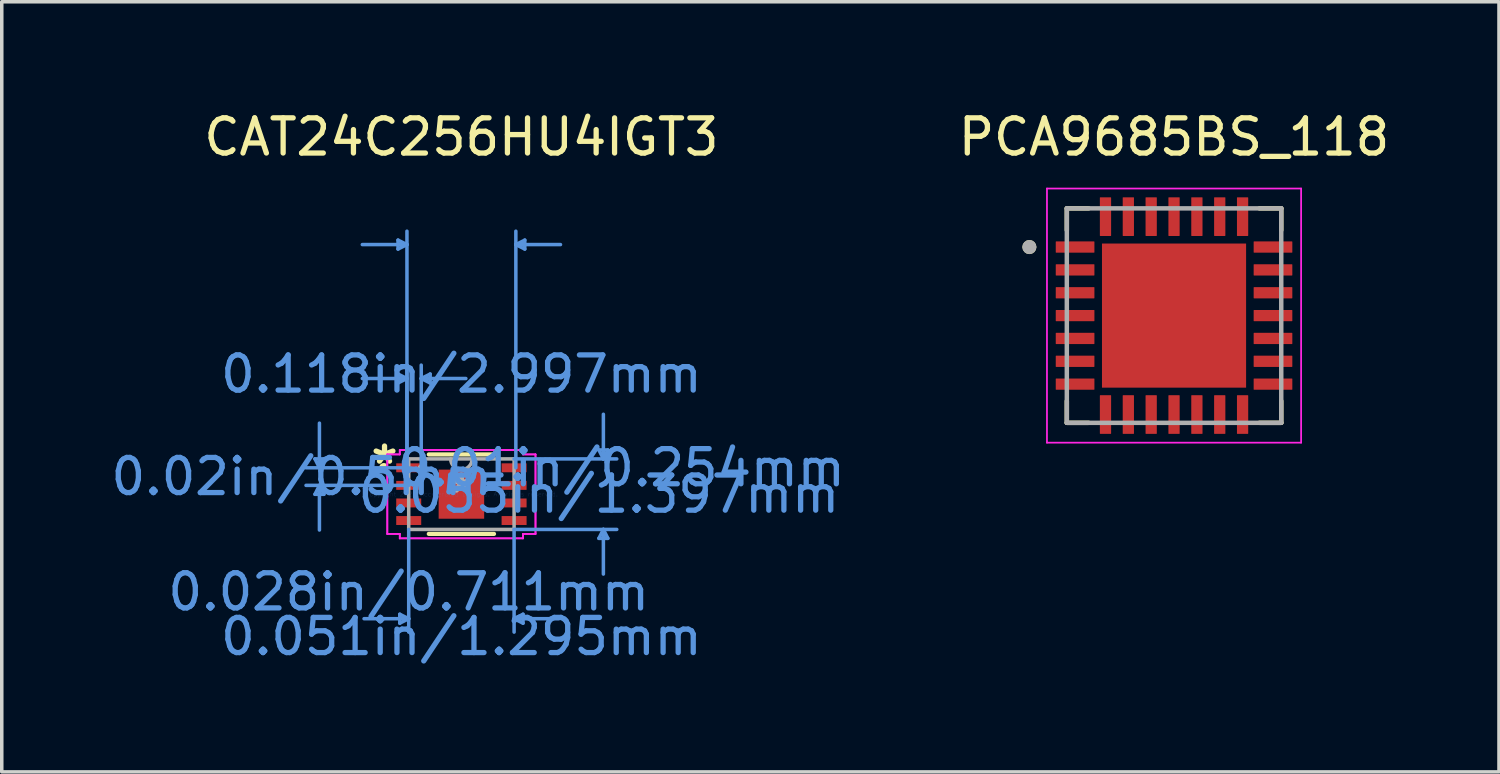
<source format=kicad_pcb>
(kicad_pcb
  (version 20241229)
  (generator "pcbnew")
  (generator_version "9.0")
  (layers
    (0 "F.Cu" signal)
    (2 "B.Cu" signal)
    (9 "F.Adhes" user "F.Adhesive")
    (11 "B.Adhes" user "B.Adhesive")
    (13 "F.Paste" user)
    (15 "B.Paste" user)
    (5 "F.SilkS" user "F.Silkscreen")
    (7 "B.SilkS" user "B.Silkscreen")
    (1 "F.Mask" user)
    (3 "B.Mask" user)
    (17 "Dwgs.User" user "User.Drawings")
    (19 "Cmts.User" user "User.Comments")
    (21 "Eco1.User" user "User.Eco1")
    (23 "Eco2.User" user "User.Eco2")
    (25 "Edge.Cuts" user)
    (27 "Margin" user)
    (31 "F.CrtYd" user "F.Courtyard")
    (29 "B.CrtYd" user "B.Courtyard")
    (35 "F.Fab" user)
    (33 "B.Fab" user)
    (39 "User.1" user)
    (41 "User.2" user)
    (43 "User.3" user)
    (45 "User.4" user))
  (footprint "PCA9685BS_118"
    (layer "F.Cu")
    (at 30.349 5.928)
    (property "Reference" "PCA9685BS_118" (at 0 -5.08 0) (layer "F.SilkS") (effects (font (size 1 1) (thickness 0.15))))
    (attr through_hole)
    (fp_line (start -3.05 -3.05) (end -3.05 -2.43) (stroke (width 0.127) (type solid)) (layer "F.SilkS"))
    (fp_line (start -3.05 -3.05) (end -2.43 -3.05) (stroke (width 0.127) (type solid)) (layer "F.SilkS"))
    (fp_line (start -3.05 3.05) (end -3.05 2.43) (stroke (width 0.127) (type solid)) (layer "F.SilkS"))
    (fp_line (start -3.05 3.05) (end -2.43 3.05) (stroke (width 0.127) (type solid)) (layer "F.SilkS"))
    (fp_line (start 3.05 -3.05) (end 2.43 -3.05) (stroke (width 0.127) (type solid)) (layer "F.SilkS"))
    (fp_line (start 3.05 -3.05) (end 3.05 -2.43) (stroke (width 0.127) (type solid)) (layer "F.SilkS"))
    (fp_line (start 3.05 3.05) (end 2.43 3.05) (stroke (width 0.127) (type solid)) (layer "F.SilkS"))
    (fp_line (start 3.05 3.05) (end 3.05 2.43) (stroke (width 0.127) (type solid)) (layer "F.SilkS"))
    (fp_circle (center -4.115 -1.95) (end -4.015 -1.95) (stroke (width 0.2) (type solid)) (fill no) (layer "F.SilkS"))
    (fp_poly (pts (xy -1.675 -1.675) (xy -0.375 -1.675) (xy -0.375 -0.375) (xy -1.675 -0.375)) (stroke (width 0.01) (type solid)) (fill yes) (layer "F.Paste"))
    (fp_poly (pts (xy -1.675 0.375) (xy -0.375 0.375) (xy -0.375 1.675) (xy -1.675 1.675)) (stroke (width 0.01) (type solid)) (fill yes) (layer "F.Paste"))
    (fp_poly (pts (xy 0.375 -1.675) (xy 1.675 -1.675) (xy 1.675 -0.375) (xy 0.375 -0.375)) (stroke (width 0.01) (type solid)) (fill yes) (layer "F.Paste"))
    (fp_poly (pts (xy 0.375 0.375) (xy 1.675 0.375) (xy 1.675 1.675) (xy 0.375 1.675)) (stroke (width 0.01) (type solid)) (fill yes) (layer "F.Paste"))
    (fp_line (start -3.615 -3.615) (end 3.615 -3.615) (stroke (width 0.05) (type solid)) (layer "F.CrtYd"))
    (fp_line (start -3.615 3.615) (end -3.615 -3.615) (stroke (width 0.05) (type solid)) (layer "F.CrtYd"))
    (fp_line (start -3.615 3.615) (end 3.615 3.615) (stroke (width 0.05) (type solid)) (layer "F.CrtYd"))
    (fp_line (start 3.615 3.615) (end 3.615 -3.615) (stroke (width 0.05) (type solid)) (layer "F.CrtYd"))
    (fp_line (start -3.05 3.05) (end -3.05 -3.05) (stroke (width 0.127) (type solid)) (layer "F.Fab"))
    (fp_line (start 3.05 -3.05) (end -3.05 -3.05) (stroke (width 0.127) (type solid)) (layer "F.Fab"))
    (fp_line (start 3.05 3.05) (end -3.05 3.05) (stroke (width 0.127) (type solid)) (layer "F.Fab"))
    (fp_line (start 3.05 3.05) (end 3.05 -3.05) (stroke (width 0.127) (type solid)) (layer "F.Fab"))
    (fp_circle (center -4.115 -1.95) (end -4.015 -1.95) (stroke (width 0.2) (type solid)) (fill no) (layer "F.Fab"))
    (pad "1" smd roundrect (at -2.815 -1.95) (size 1.1 0.32) (layers "F.Cu" "F.Mask" "F.Paste") (roundrect_rratio 0.04))
    (pad "2" smd roundrect (at -2.815 -1.3) (size 1.1 0.32) (layers "F.Cu" "F.Mask" "F.Paste") (roundrect_rratio 0.04))
    (pad "3" smd roundrect (at -2.815 -0.65) (size 1.1 0.32) (layers "F.Cu" "F.Mask" "F.Paste") (roundrect_rratio 0.04))
    (pad "4" smd roundrect (at -2.815 0) (size 1.1 0.32) (layers "F.Cu" "F.Mask" "F.Paste") (roundrect_rratio 0.04))
    (pad "5" smd roundrect (at -2.815 0.65) (size 1.1 0.32) (layers "F.Cu" "F.Mask" "F.Paste") (roundrect_rratio 0.04))
    (pad "6" smd roundrect (at -2.815 1.3) (size 1.1 0.32) (layers "F.Cu" "F.Mask" "F.Paste") (roundrect_rratio 0.04))
    (pad "7" smd roundrect (at -2.815 1.95) (size 1.1 0.32) (layers "F.Cu" "F.Mask" "F.Paste") (roundrect_rratio 0.04))
    (pad "8" smd roundrect (at -1.95 2.815 90) (size 1.1 0.32) (layers "F.Cu" "F.Mask" "F.Paste") (roundrect_rratio 0.04))
    (pad "9" smd roundrect (at -1.3 2.815 90) (size 1.1 0.32) (layers "F.Cu" "F.Mask" "F.Paste") (roundrect_rratio 0.04))
    (pad "10" smd roundrect (at -0.65 2.815 90) (size 1.1 0.32) (layers "F.Cu" "F.Mask" "F.Paste") (roundrect_rratio 0.04))
    (pad "11" smd roundrect (at 0 2.815 90) (size 1.1 0.32) (layers "F.Cu" "F.Mask" "F.Paste") (roundrect_rratio 0.04))
    (pad "12" smd roundrect (at 0.65 2.815 90) (size 1.1 0.32) (layers "F.Cu" "F.Mask" "F.Paste") (roundrect_rratio 0.04))
    (pad "13" smd roundrect (at 1.3 2.815 90) (size 1.1 0.32) (layers "F.Cu" "F.Mask" "F.Paste") (roundrect_rratio 0.04))
    (pad "14" smd roundrect (at 1.95 2.815 90) (size 1.1 0.32) (layers "F.Cu" "F.Mask" "F.Paste") (roundrect_rratio 0.04))
    (pad "15" smd roundrect (at 2.815 1.95) (size 1.1 0.32) (layers "F.Cu" "F.Mask" "F.Paste") (roundrect_rratio 0.04))
    (pad "16" smd roundrect (at 2.815 1.3) (size 1.1 0.32) (layers "F.Cu" "F.Mask" "F.Paste") (roundrect_rratio 0.04))
    (pad "17" smd roundrect (at 2.815 0.65) (size 1.1 0.32) (layers "F.Cu" "F.Mask" "F.Paste") (roundrect_rratio 0.04))
    (pad "18" smd roundrect (at 2.815 0) (size 1.1 0.32) (layers "F.Cu" "F.Mask" "F.Paste") (roundrect_rratio 0.04))
    (pad "19" smd roundrect (at 2.815 -0.65) (size 1.1 0.32) (layers "F.Cu" "F.Mask" "F.Paste") (roundrect_rratio 0.04))
    (pad "20" smd roundrect (at 2.815 -1.3) (size 1.1 0.32) (layers "F.Cu" "F.Mask" "F.Paste") (roundrect_rratio 0.04))
    (pad "21" smd roundrect (at 2.815 -1.95) (size 1.1 0.32) (layers "F.Cu" "F.Mask" "F.Paste") (roundrect_rratio 0.04))
    (pad "22" smd roundrect (at 1.95 -2.815 90) (size 1.1 0.32) (layers "F.Cu" "F.Mask" "F.Paste") (roundrect_rratio 0.04))
    (pad "23" smd roundrect (at 1.3 -2.815 90) (size 1.1 0.32) (layers "F.Cu" "F.Mask" "F.Paste") (roundrect_rratio 0.04))
    (pad "24" smd roundrect (at 0.65 -2.815 90) (size 1.1 0.32) (layers "F.Cu" "F.Mask" "F.Paste") (roundrect_rratio 0.04))
    (pad "25" smd roundrect (at 0 -2.815 90) (size 1.1 0.32) (layers "F.Cu" "F.Mask" "F.Paste") (roundrect_rratio 0.04))
    (pad "26" smd roundrect (at -0.65 -2.815 90) (size 1.1 0.32) (layers "F.Cu" "F.Mask" "F.Paste") (roundrect_rratio 0.04))
    (pad "27" smd roundrect (at -1.3 -2.815 90) (size 1.1 0.32) (layers "F.Cu" "F.Mask" "F.Paste") (roundrect_rratio 0.04))
    (pad "28" smd roundrect (at -1.95 -2.815 90) (size 1.1 0.32) (layers "F.Cu" "F.Mask" "F.Paste") (roundrect_rratio 0.04))
    (pad "29" smd rect (at 0 0) (size 4.1 4.1) (layers "F.Cu" "F.Mask")))
  (footprint "CAT24C256HU4IGT3"
    (layer "F.Cu")
    (at 10.076 11.008)
    (property "Reference" "CAT24C256HU4IGT3" (at 0 -10.16 0) (layer "F.SilkS") (effects (font (size 1 1) (thickness 0.15))))
    (attr through_hole)
    (fp_line (start -0.927 1.13) (end 0.927 1.13) (stroke (width 0.12) (type solid)) (layer "F.SilkS"))
    (fp_line (start 0.927 -1.13) (end -0.927 -1.13) (stroke (width 0.12) (type solid)) (layer "F.SilkS"))
    (fp_arc (start -2.18694 -0.676171) (mid -2.282 -0.75) (end -2.18694 -0.823829) (stroke (width 0.12) (type solid)) (layer "F.SilkS"))
    (fp_line (start -4.166 -1.004) (end -3.912 -1.004) (stroke (width 0.1) (type solid)) (layer "Cmts.User"))
    (fp_line (start -4.166 0.004) (end -3.912 0.004) (stroke (width 0.1) (type solid)) (layer "Cmts.User"))
    (fp_line (start -4.039 -0.75) (end -4.166 -1.004) (stroke (width 0.1) (type solid)) (layer "Cmts.User"))
    (fp_line (start -4.039 -0.75) (end -4.039 -2.02) (stroke (width 0.1) (type solid)) (layer "Cmts.User"))
    (fp_line (start -4.039 -0.75) (end -3.912 -1.004) (stroke (width 0.1) (type solid)) (layer "Cmts.User"))
    (fp_line (start -4.039 -0.25) (end -4.166 0.004) (stroke (width 0.1) (type solid)) (layer "Cmts.User"))
    (fp_line (start -4.039 -0.25) (end -4.039 1.02) (stroke (width 0.1) (type solid)) (layer "Cmts.User"))
    (fp_line (start -4.039 -0.25) (end -3.912 0.004) (stroke (width 0.1) (type solid)) (layer "Cmts.User"))
    (fp_line (start -1.803 -7.227) (end -1.803 -6.973) (stroke (width 0.1) (type solid)) (layer "Cmts.User"))
    (fp_line (start -1.803 -3.417) (end -1.803 -3.163) (stroke (width 0.1) (type solid)) (layer "Cmts.User"))
    (fp_line (start -1.753 3.416) (end -1.753 3.67) (stroke (width 0.1) (type solid)) (layer "Cmts.User"))
    (fp_line (start -1.549 -7.1) (end -2.819 -7.1) (stroke (width 0.1) (type solid)) (layer "Cmts.User"))
    (fp_line (start -1.549 -7.1) (end -1.803 -7.227) (stroke (width 0.1) (type solid)) (layer "Cmts.User"))
    (fp_line (start -1.549 -7.1) (end -1.803 -6.973) (stroke (width 0.1) (type solid)) (layer "Cmts.User"))
    (fp_line (start -1.549 -3.29) (end -2.819 -3.29) (stroke (width 0.1) (type solid)) (layer "Cmts.User"))
    (fp_line (start -1.549 -3.29) (end -1.803 -3.417) (stroke (width 0.1) (type solid)) (layer "Cmts.User"))
    (fp_line (start -1.549 -3.29) (end -1.803 -3.163) (stroke (width 0.1) (type solid)) (layer "Cmts.User"))
    (fp_line (start -1.549 -0.75) (end -1.549 -7.481) (stroke (width 0.1) (type solid)) (layer "Cmts.User"))
    (fp_line (start -1.549 -0.75) (end -1.549 -3.671) (stroke (width 0.1) (type solid)) (layer "Cmts.User"))
    (fp_line (start -1.499 -0.75) (end -4.42 -0.75) (stroke (width 0.1) (type solid)) (layer "Cmts.User"))
    (fp_line (start -1.499 -0.25) (end -4.42 -0.25) (stroke (width 0.1) (type solid)) (layer "Cmts.User"))
    (fp_line (start -1.499 1.003) (end -1.499 3.924) (stroke (width 0.1) (type solid)) (layer "Cmts.User"))
    (fp_line (start -1.499 3.543) (end -2.769 3.543) (stroke (width 0.1) (type solid)) (layer "Cmts.User"))
    (fp_line (start -1.499 3.543) (end -1.753 3.416) (stroke (width 0.1) (type solid)) (layer "Cmts.User"))
    (fp_line (start -1.499 3.543) (end -1.753 3.67) (stroke (width 0.1) (type solid)) (layer "Cmts.User"))
    (fp_line (start -1.143 -3.29) (end -0.889 -3.417) (stroke (width 0.1) (type solid)) (layer "Cmts.User"))
    (fp_line (start -1.143 -3.29) (end -0.889 -3.163) (stroke (width 0.1) (type solid)) (layer "Cmts.User"))
    (fp_line (start -1.143 -3.29) (end 0.127 -3.29) (stroke (width 0.1) (type solid)) (layer "Cmts.User"))
    (fp_line (start -1.143 -0.75) (end -1.143 -3.671) (stroke (width 0.1) (type solid)) (layer "Cmts.User"))
    (fp_line (start -0.889 -3.417) (end -0.889 -3.163) (stroke (width 0.1) (type solid)) (layer "Cmts.User"))
    (fp_line (start 1.499 -1.003) (end 4.42 -1.003) (stroke (width 0.1) (type solid)) (layer "Cmts.User"))
    (fp_line (start 1.499 1.003) (end 1.499 3.924) (stroke (width 0.1) (type solid)) (layer "Cmts.User"))
    (fp_line (start 1.499 1.003) (end 4.42 1.003) (stroke (width 0.1) (type solid)) (layer "Cmts.User"))
    (fp_line (start 1.499 3.543) (end 1.753 3.416) (stroke (width 0.1) (type solid)) (layer "Cmts.User"))
    (fp_line (start 1.499 3.543) (end 1.753 3.67) (stroke (width 0.1) (type solid)) (layer "Cmts.User"))
    (fp_line (start 1.499 3.543) (end 2.769 3.543) (stroke (width 0.1) (type solid)) (layer "Cmts.User"))
    (fp_line (start 1.549 -7.1) (end 1.803 -7.227) (stroke (width 0.1) (type solid)) (layer "Cmts.User"))
    (fp_line (start 1.549 -7.1) (end 1.803 -6.973) (stroke (width 0.1) (type solid)) (layer "Cmts.User"))
    (fp_line (start 1.549 -7.1) (end 2.819 -7.1) (stroke (width 0.1) (type solid)) (layer "Cmts.User"))
    (fp_line (start 1.549 -0.75) (end 1.549 -7.481) (stroke (width 0.1) (type solid)) (layer "Cmts.User"))
    (fp_line (start 1.753 3.416) (end 1.753 3.67) (stroke (width 0.1) (type solid)) (layer "Cmts.User"))
    (fp_line (start 1.803 -7.227) (end 1.803 -6.973) (stroke (width 0.1) (type solid)) (layer "Cmts.User"))
    (fp_line (start 3.912 -1.257) (end 4.166 -1.257) (stroke (width 0.1) (type solid)) (layer "Cmts.User"))
    (fp_line (start 3.912 1.257) (end 4.166 1.257) (stroke (width 0.1) (type solid)) (layer "Cmts.User"))
    (fp_line (start 4.039 -1.003) (end 3.912 -1.257) (stroke (width 0.1) (type solid)) (layer "Cmts.User"))
    (fp_line (start 4.039 -1.003) (end 4.039 -2.273) (stroke (width 0.1) (type solid)) (layer "Cmts.User"))
    (fp_line (start 4.039 -1.003) (end 4.166 -1.257) (stroke (width 0.1) (type solid)) (layer "Cmts.User"))
    (fp_line (start 4.039 1.003) (end 3.912 1.257) (stroke (width 0.1) (type solid)) (layer "Cmts.User"))
    (fp_line (start 4.039 1.003) (end 4.039 2.273) (stroke (width 0.1) (type solid)) (layer "Cmts.User"))
    (fp_line (start 4.039 1.003) (end 4.166 1.257) (stroke (width 0.1) (type solid)) (layer "Cmts.User"))
    (fp_line (start -2.108 -1.131) (end -1.753 -1.131) (stroke (width 0.05) (type solid)) (layer "F.CrtYd"))
    (fp_line (start -2.108 -1.131) (end -1.753 -1.131) (stroke (width 0.05) (type solid)) (layer "F.CrtYd"))
    (fp_line (start -2.108 1.131) (end -2.108 -1.131) (stroke (width 0.05) (type solid)) (layer "F.CrtYd"))
    (fp_line (start -2.108 1.131) (end -2.108 -1.131) (stroke (width 0.05) (type solid)) (layer "F.CrtYd"))
    (fp_line (start -2.108 1.131) (end -1.753 1.131) (stroke (width 0.05) (type solid)) (layer "F.CrtYd"))
    (fp_line (start -1.753 -1.257) (end 1.753 -1.257) (stroke (width 0.05) (type solid)) (layer "F.CrtYd"))
    (fp_line (start -1.753 -1.257) (end 1.753 -1.257) (stroke (width 0.05) (type solid)) (layer "F.CrtYd"))
    (fp_line (start -1.753 -1.131) (end -1.753 -1.257) (stroke (width 0.05) (type solid)) (layer "F.CrtYd"))
    (fp_line (start -1.753 -1.131) (end -1.753 -1.257) (stroke (width 0.05) (type solid)) (layer "F.CrtYd"))
    (fp_line (start -1.753 1.131) (end -2.108 1.131) (stroke (width 0.05) (type solid)) (layer "F.CrtYd"))
    (fp_line (start -1.753 1.257) (end -1.753 1.131) (stroke (width 0.05) (type solid)) (layer "F.CrtYd"))
    (fp_line (start -1.753 1.257) (end -1.753 1.131) (stroke (width 0.05) (type solid)) (layer "F.CrtYd"))
    (fp_line (start 1.753 -1.257) (end 1.753 -1.131) (stroke (width 0.05) (type solid)) (layer "F.CrtYd"))
    (fp_line (start 1.753 -1.257) (end 1.753 -1.131) (stroke (width 0.05) (type solid)) (layer "F.CrtYd"))
    (fp_line (start 1.753 -1.131) (end 2.108 -1.131) (stroke (width 0.05) (type solid)) (layer "F.CrtYd"))
    (fp_line (start 1.753 1.131) (end 1.753 1.257) (stroke (width 0.05) (type solid)) (layer "F.CrtYd"))
    (fp_line (start 1.753 1.131) (end 1.753 1.257) (stroke (width 0.05) (type solid)) (layer "F.CrtYd"))
    (fp_line (start 1.753 1.257) (end -1.753 1.257) (stroke (width 0.05) (type solid)) (layer "F.CrtYd"))
    (fp_line (start 1.753 1.257) (end -1.753 1.257) (stroke (width 0.05) (type solid)) (layer "F.CrtYd"))
    (fp_line (start 2.108 -1.131) (end 1.753 -1.131) (stroke (width 0.05) (type solid)) (layer "F.CrtYd"))
    (fp_line (start 2.108 -1.131) (end 2.108 1.131) (stroke (width 0.05) (type solid)) (layer "F.CrtYd"))
    (fp_line (start 2.108 -1.131) (end 2.108 1.131) (stroke (width 0.05) (type solid)) (layer "F.CrtYd"))
    (fp_line (start 2.108 1.131) (end 1.753 1.131) (stroke (width 0.05) (type solid)) (layer "F.CrtYd"))
    (fp_line (start 2.108 1.131) (end 1.753 1.131) (stroke (width 0.05) (type solid)) (layer "F.CrtYd"))
    (fp_line (start -1.499 -1.003) (end -1.499 1.003) (stroke (width 0.1) (type solid)) (layer "F.Fab"))
    (fp_line (start -1.499 1.003) (end 1.499 1.003) (stroke (width 0.1) (type solid)) (layer "F.Fab"))
    (fp_line (start 1.499 -1.003) (end -1.499 -1.003) (stroke (width 0.1) (type solid)) (layer "F.Fab"))
    (fp_line (start 1.499 1.003) (end 1.499 -1.003) (stroke (width 0.1) (type solid)) (layer "F.Fab"))
    (fp_arc (start 0.3048 -1.0033) (mid 0 -0.6985) (end -0.3048 -1.0033) (stroke (width 0.1) (type solid)) (layer "F.Fab"))
    (fp_circle (center -1.143 -0.75) (end -1.143 -0.75) (stroke (width 0.1) (type solid)) (fill no) (layer "F.Fab"))
    (fp_text user "*" (at -2.187 -0.824 0) (layer "F.SilkS") (effects (font (size 1 1) (thickness 0.15))))
    (fp_text user "0.02in/0.5mm" (at -4.547 -0.5 0) (layer "Cmts.User") (effects (font (size 1 1) (thickness 0.15))))
    (fp_text user "0.051in/1.295mm" (at 0 4.051 0) (layer "Cmts.User") (effects (font (size 1 1) (thickness 0.15))))
    (fp_text user "Copyright 2021 Accelerated Designs. All rights reserved." (at 0 0 0) (layer "Cmts.User") (effects (font (size 0.127 0.127) (thickness 0.002))))
    (fp_text user "0.055in/1.397mm" (at 3.912 0 0) (layer "Cmts.User") (effects (font (size 1 1) (thickness 0.15))))
    (fp_text user "0.01in/0.254mm" (at 4.547 -0.75 0) (layer "Cmts.User") (effects (font (size 1 1) (thickness 0.15))))
    (fp_text user "0.118in/2.997mm" (at 0 -3.416 0) (layer "Cmts.User") (effects (font (size 1 1) (thickness 0.15))))
    (fp_text user "0.028in/0.711mm" (at -1.499 2.781 0) (layer "Cmts.User") (effects (font (size 1 1) (thickness 0.15))))
    (fp_text user "*" (at 0 0 0) (layer "F.Fab") (effects (font (size 1 1) (thickness 0.15))))
    (pad "1" smd rect (at -1.499 -0.75) (size 0.711 0.254) (layers "F.Cu" "F.Mask" "F.Paste"))
    (pad "2" smd rect (at -1.499 -0.25) (size 0.711 0.254) (layers "F.Cu" "F.Mask" "F.Paste"))
    (pad "3" smd rect (at -1.499 0.25) (size 0.711 0.254) (layers "F.Cu" "F.Mask" "F.Paste"))
    (pad "4" smd rect (at -1.499 0.75) (size 0.711 0.254) (layers "F.Cu" "F.Mask" "F.Paste"))
    (pad "5" smd rect (at 1.499 0.75) (size 0.711 0.254) (layers "F.Cu" "F.Mask" "F.Paste"))
    (pad "6" smd rect (at 1.499 0.25) (size 0.711 0.254) (layers "F.Cu" "F.Mask" "F.Paste"))
    (pad "7" smd rect (at 1.499 -0.25) (size 0.711 0.254) (layers "F.Cu" "F.Mask" "F.Paste"))
    (pad "8" smd rect (at 1.499 -0.75) (size 0.711 0.254) (layers "F.Cu" "F.Mask" "F.Paste"))
    (pad "9" smd rect (at 0 0) (size 1.295 1.397) (layers "F.Cu" "F.Mask" "F.Paste")))
  (gr_rect
    (start -3 -3)
    (end 39.593 18.908)
    (stroke (width 0.1) (type default))
    (fill no)
    (layer "Edge.Cuts")))
</source>
